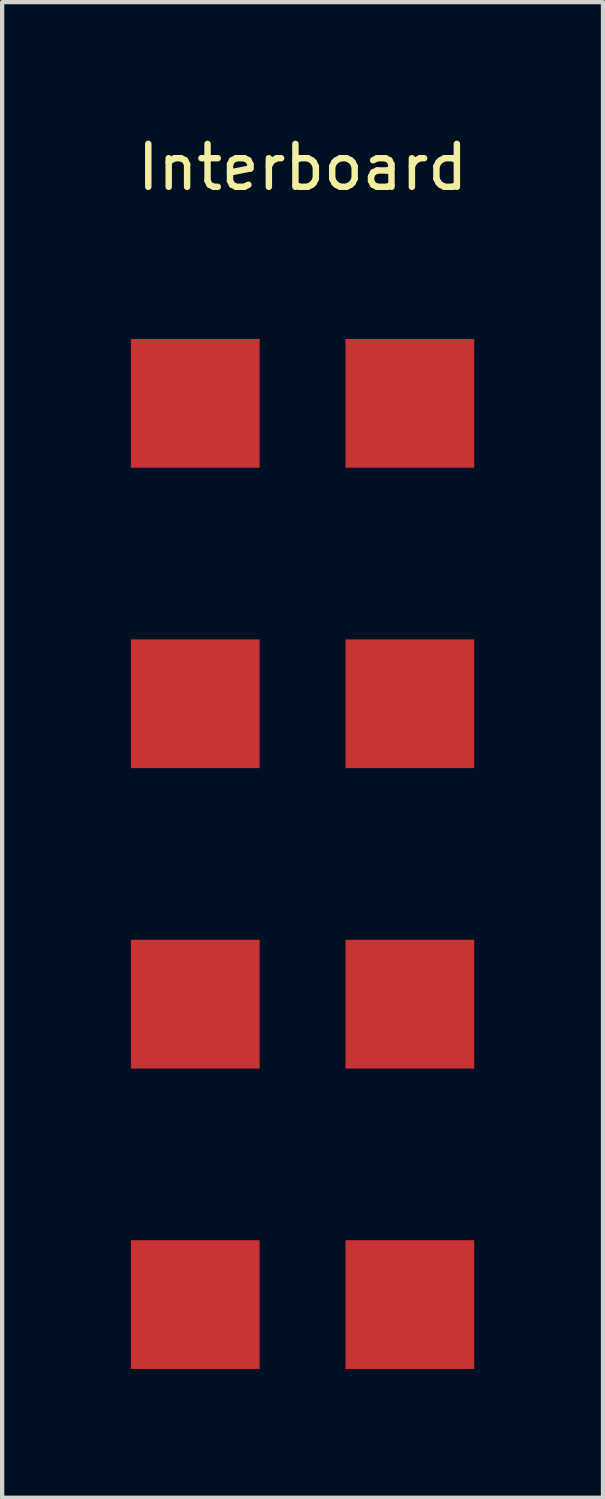
<source format=kicad_pcb>
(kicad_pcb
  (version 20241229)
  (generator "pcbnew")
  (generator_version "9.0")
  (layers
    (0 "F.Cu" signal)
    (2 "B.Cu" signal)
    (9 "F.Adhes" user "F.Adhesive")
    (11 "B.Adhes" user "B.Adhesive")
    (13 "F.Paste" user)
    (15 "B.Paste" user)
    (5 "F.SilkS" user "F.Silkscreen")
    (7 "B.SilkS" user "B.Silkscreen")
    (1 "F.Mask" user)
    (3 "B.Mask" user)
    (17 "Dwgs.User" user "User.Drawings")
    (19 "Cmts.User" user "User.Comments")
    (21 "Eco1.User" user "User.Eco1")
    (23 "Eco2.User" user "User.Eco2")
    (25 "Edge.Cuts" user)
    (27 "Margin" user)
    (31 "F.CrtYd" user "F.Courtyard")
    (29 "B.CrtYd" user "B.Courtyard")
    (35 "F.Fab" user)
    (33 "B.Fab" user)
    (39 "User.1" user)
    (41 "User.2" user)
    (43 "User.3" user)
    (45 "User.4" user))
  (footprint "Interboard"
    (layer "F.Cu")
    (at 4 3.348)
    (property "Reference" "Interboard" (at 0 -2.5 0) (layer "F.SilkS") (effects (font (size 1 1) (thickness 0.15))))
    (attr through_hole)
    (pad "1" smd rect (at 2.5 3) (size 3 3) (layers "F.Cu" "F.Mask" "F.Paste"))
    (pad "2" smd rect (at 2.5 10) (size 3 3) (layers "F.Cu" "F.Mask" "F.Paste"))
    (pad "3" smd rect (at 2.5 17) (size 3 3) (layers "F.Cu" "F.Mask" "F.Paste"))
    (pad "4" smd rect (at 2.5 24) (size 3 3) (layers "F.Cu" "F.Mask" "F.Paste"))
    (pad "5" smd rect (at -2.5 24) (size 3 3) (layers "F.Cu" "F.Mask" "F.Paste"))
    (pad "6" smd rect (at -2.5 17) (size 3 3) (layers "F.Cu" "F.Mask" "F.Paste"))
    (pad "7" smd rect (at -2.5 10) (size 3 3) (layers "F.Cu" "F.Mask" "F.Paste"))
    (pad "8" smd rect (at -2.5 3) (size 3 3) (layers "F.Cu" "F.Mask" "F.Paste")))
  (gr_rect
    (start -3 -3)
    (end 11 31.848)
    (stroke (width 0.1) (type default))
    (fill no)
    (layer "Edge.Cuts")))
</source>
